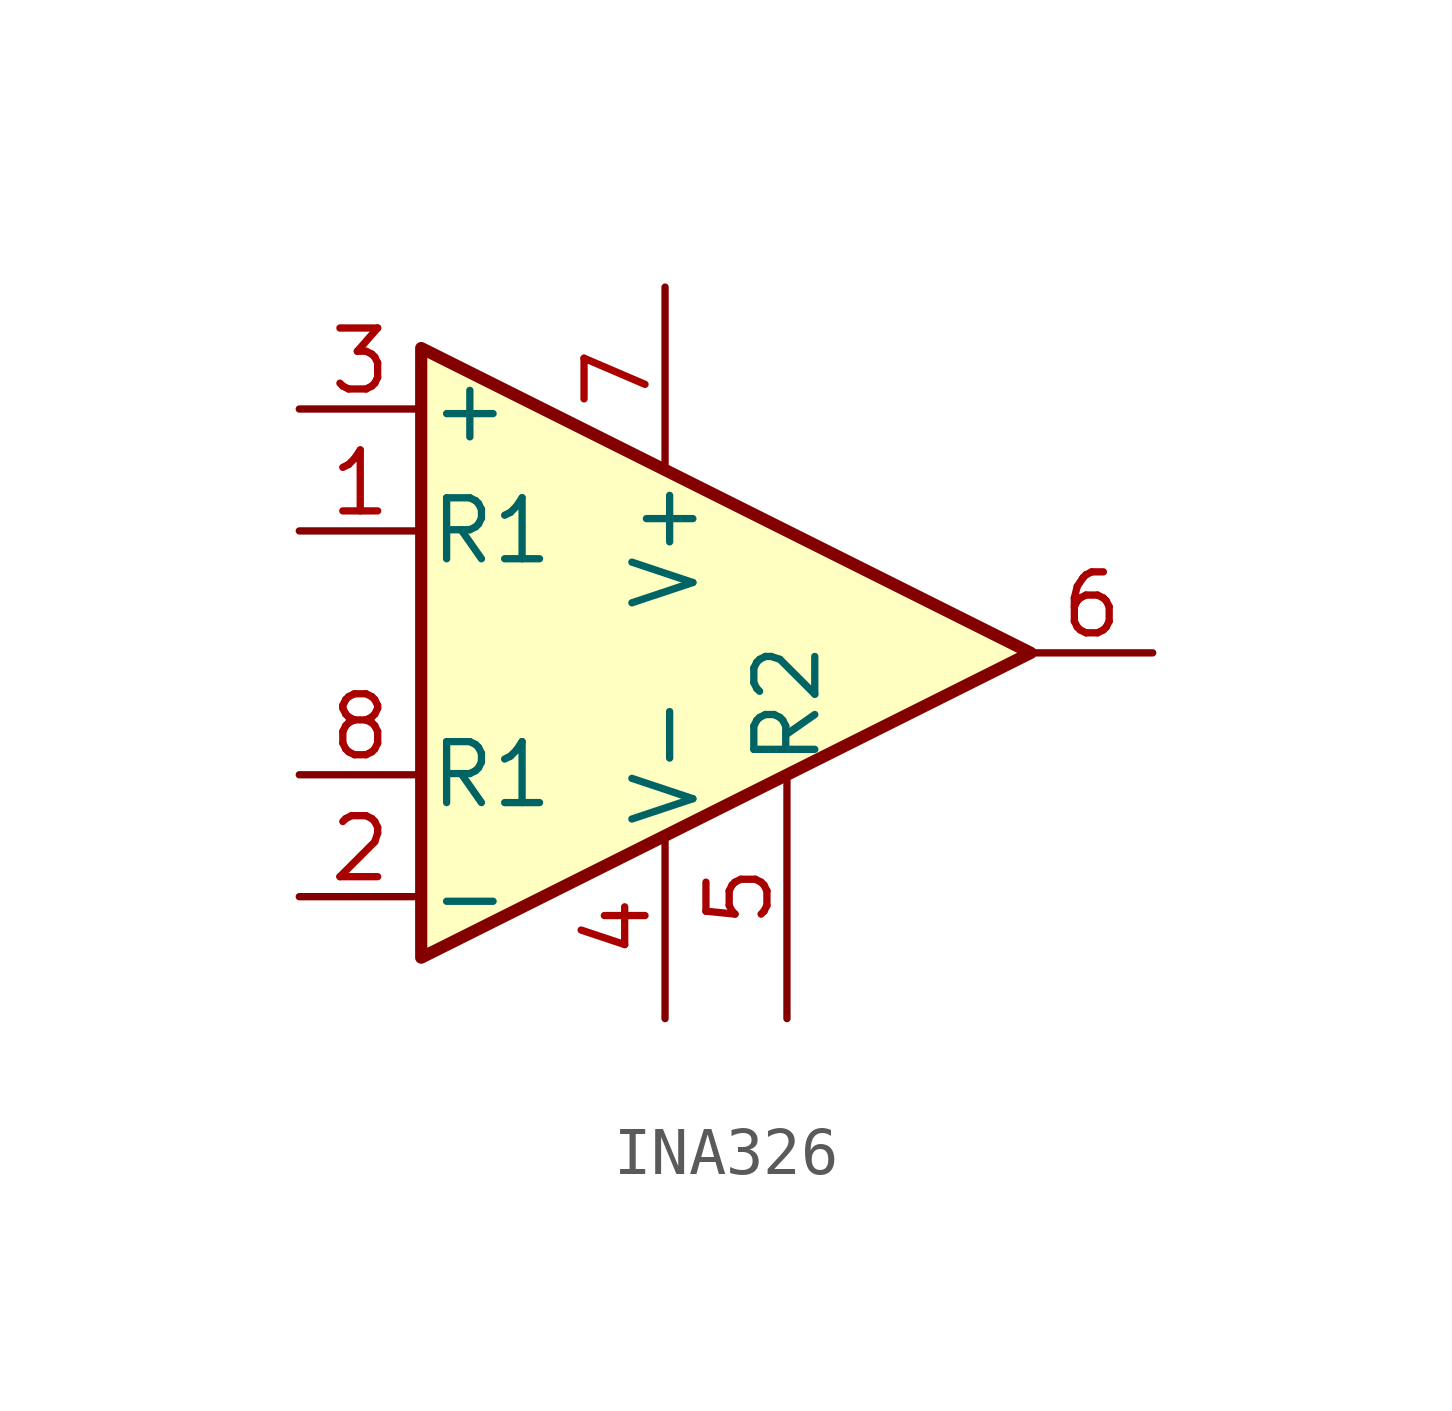
<source format=kicad_sym>
(kicad_symbol_lib
  (version 20241209)
  (generator "kicad_symbol_editor")
  (generator_version "9.0")
  (symbol "INA326"
    (pin_names
      (offset 0.127))
    (property "Reference" "U"
      (at 0.762 8.128 0)
      (effects (font (size 1.27 1.27)) (justify left) (hide yes)))
    (symbol "INA326_0_1"
      (polyline (pts (xy 7.62 0) (xy -5.08 6.35) (xy -5.08 -6.35) (xy 7.62 0)) (stroke (width 0.254) (type default)) (fill (type background))))
    (symbol "INA326_1_1"
      (pin input line (at -7.62 5.08 0) (length 2.54) (name "+" (effects (font (size 1.27 1.27)))) (number "3" (effects (font (size 1.27 1.27)))))
      (pin passive line (at -7.62 2.54 0) (length 2.54) (name "R1" (effects (font (size 1.27 1.27)))) (number "1" (effects (font (size 1.27 1.27)))))
      (pin passive line (at -7.62 -2.54 0) (length 2.54) (name "R1" (effects (font (size 1.27 1.27)))) (number "8" (effects (font (size 1.27 1.27)))))
      (pin input line (at -7.62 -5.08 0) (length 2.54) (name "-" (effects (font (size 1.27 1.27)))) (number "2" (effects (font (size 1.27 1.27)))))
      (pin power_in line (at 0 7.62 270) (length 3.81) (name "V+" (effects (font (size 1.27 1.27)))) (number "7" (effects (font (size 1.27 1.27)))))
      (pin power_in line (at 0 -7.62 90) (length 3.81) (name "V-" (effects (font (size 1.27 1.27)))) (number "4" (effects (font (size 1.27 1.27)))))
      (pin input line (at 2.54 -7.62 90) (length 5.08) (name "R2" (effects (font (size 1.27 1.27)))) (number "5" (effects (font (size 1.27 1.27)))))
      (pin output line (at 10.16 0 180) (length 2.54) (name "~" (effects (font (size 1.27 1.27)))) (number "6" (effects (font (size 1.27 1.27))))))))
</source>
